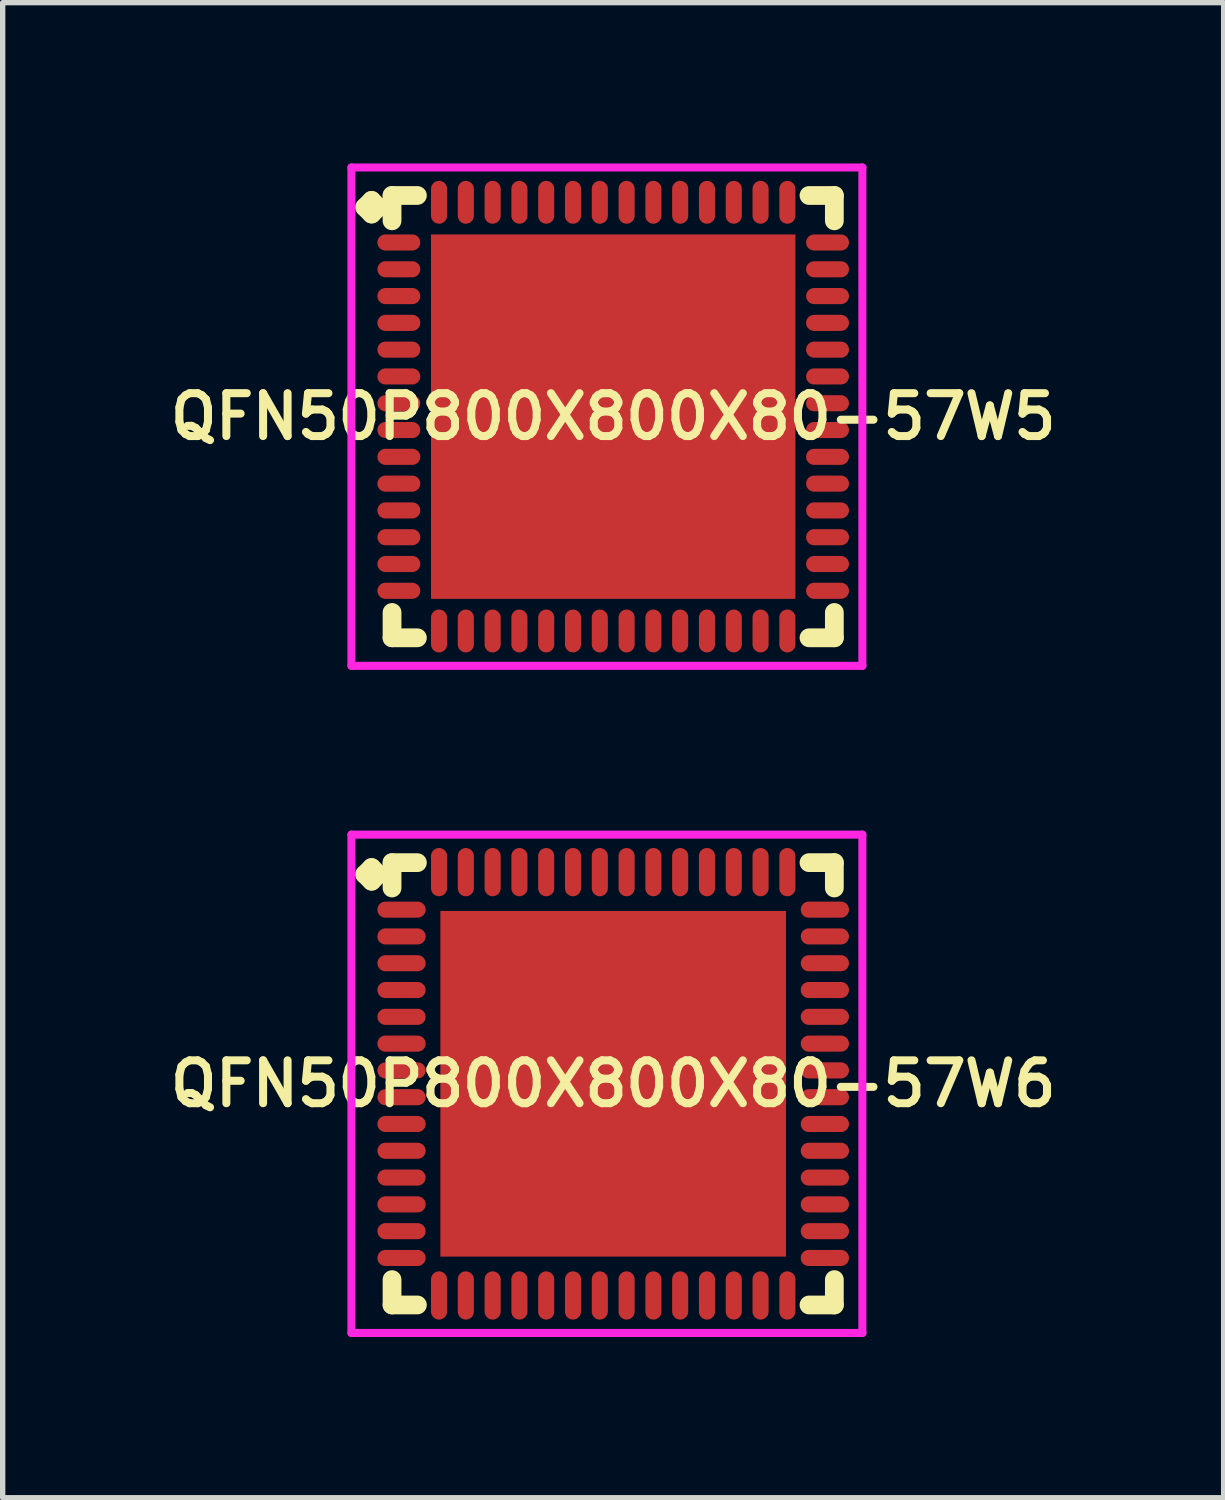
<source format=kicad_pcb>
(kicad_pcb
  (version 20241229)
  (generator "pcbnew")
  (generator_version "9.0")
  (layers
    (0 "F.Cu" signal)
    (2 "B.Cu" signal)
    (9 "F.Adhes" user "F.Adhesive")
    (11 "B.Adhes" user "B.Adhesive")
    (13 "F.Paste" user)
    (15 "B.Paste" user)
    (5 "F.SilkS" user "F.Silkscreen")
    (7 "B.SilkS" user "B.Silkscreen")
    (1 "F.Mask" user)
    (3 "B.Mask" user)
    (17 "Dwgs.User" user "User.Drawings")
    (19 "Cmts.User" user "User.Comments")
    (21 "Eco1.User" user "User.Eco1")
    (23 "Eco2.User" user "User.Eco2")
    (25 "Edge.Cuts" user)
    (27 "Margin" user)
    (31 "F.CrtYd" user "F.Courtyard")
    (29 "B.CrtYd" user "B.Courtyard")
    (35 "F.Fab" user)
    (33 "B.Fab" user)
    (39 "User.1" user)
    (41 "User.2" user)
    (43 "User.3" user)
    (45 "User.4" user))
  (footprint "QFN50P800X800X80-57W5"
    (layer "F.Cu")
    (at 8.393 4.725)
    (property "Reference" "QFN50P800X800X80-57W5" (at 0 0 0) (layer "F.SilkS") (effects (font (size 0.8 0.8) (thickness 0.15))))
    (attr smd)
    (fp_line (start -4.635 -3.908) (end -4.508 -4.035) (stroke (width 0.35) (type solid)) (layer "F.SilkS"))
    (fp_line (start -4.508 -4.035) (end -4.381 -3.908) (stroke (width 0.35) (type solid)) (layer "F.SilkS"))
    (fp_line (start -4.508 -3.781) (end -4.635 -3.908) (stroke (width 0.35) (type solid)) (layer "F.SilkS"))
    (fp_line (start -4.381 -3.908) (end -4.508 -3.781) (stroke (width 0.35) (type solid)) (layer "F.SilkS"))
    (fp_line (start -4.127 -4.127) (end -3.654 -4.127) (stroke (width 0.35) (type solid)) (layer "F.SilkS"))
    (fp_line (start -4.127 -3.654) (end -4.127 -4.127) (stroke (width 0.35) (type solid)) (layer "F.SilkS"))
    (fp_line (start -4.127 3.654) (end -4.127 4.127) (stroke (width 0.35) (type solid)) (layer "F.SilkS"))
    (fp_line (start -4.127 4.127) (end -3.654 4.127) (stroke (width 0.35) (type solid)) (layer "F.SilkS"))
    (fp_line (start 3.654 -4.127) (end 4.127 -4.127) (stroke (width 0.35) (type solid)) (layer "F.SilkS"))
    (fp_line (start 3.654 4.127) (end 4.127 4.127) (stroke (width 0.35) (type solid)) (layer "F.SilkS"))
    (fp_line (start 4.127 -4.127) (end 4.127 -3.654) (stroke (width 0.35) (type solid)) (layer "F.SilkS"))
    (fp_line (start 4.127 4.127) (end 4.127 3.654) (stroke (width 0.35) (type solid)) (layer "F.SilkS"))
    (fp_line (start -4.885 -4.65) (end 4.65 -4.65) (stroke (width 0.15) (type solid)) (layer "F.CrtYd"))
    (fp_line (start -4.885 4.65) (end -4.885 -4.65) (stroke (width 0.15) (type solid)) (layer "F.CrtYd"))
    (fp_line (start 4.65 -4.65) (end 4.65 4.65) (stroke (width 0.15) (type solid)) (layer "F.CrtYd"))
    (fp_line (start 4.65 4.65) (end -4.885 4.65) (stroke (width 0.15) (type solid)) (layer "F.CrtYd"))
    (pad "1" smd oval (at -4 -3.25) (size 0.8 0.3) (layers "F.Cu" "F.Mask" "F.Paste"))
    (pad "2" smd oval (at -4 -2.75) (size 0.8 0.3) (layers "F.Cu" "F.Mask" "F.Paste"))
    (pad "3" smd oval (at -4 -2.25) (size 0.8 0.3) (layers "F.Cu" "F.Mask" "F.Paste"))
    (pad "4" smd oval (at -4 -1.75) (size 0.8 0.3) (layers "F.Cu" "F.Mask" "F.Paste"))
    (pad "5" smd oval (at -4 -1.25) (size 0.8 0.3) (layers "F.Cu" "F.Mask" "F.Paste"))
    (pad "6" smd oval (at -4 -0.75) (size 0.8 0.3) (layers "F.Cu" "F.Mask" "F.Paste"))
    (pad "7" smd oval (at -4 -0.25) (size 0.8 0.3) (layers "F.Cu" "F.Mask" "F.Paste"))
    (pad "8" smd oval (at -4 0.25) (size 0.8 0.3) (layers "F.Cu" "F.Mask" "F.Paste"))
    (pad "9" smd oval (at -4 0.75) (size 0.8 0.3) (layers "F.Cu" "F.Mask" "F.Paste"))
    (pad "10" smd oval (at -4 1.25) (size 0.8 0.3) (layers "F.Cu" "F.Mask" "F.Paste"))
    (pad "11" smd oval (at -4 1.75) (size 0.8 0.3) (layers "F.Cu" "F.Mask" "F.Paste"))
    (pad "12" smd oval (at -4 2.25) (size 0.8 0.3) (layers "F.Cu" "F.Mask" "F.Paste"))
    (pad "13" smd oval (at -4 2.75) (size 0.8 0.3) (layers "F.Cu" "F.Mask" "F.Paste"))
    (pad "14" smd oval (at -4 3.25) (size 0.8 0.3) (layers "F.Cu" "F.Mask" "F.Paste"))
    (pad "15" smd oval (at -3.25 4) (size 0.3 0.8) (layers "F.Cu" "F.Mask" "F.Paste"))
    (pad "16" smd oval (at -2.75 4) (size 0.3 0.8) (layers "F.Cu" "F.Mask" "F.Paste"))
    (pad "17" smd oval (at -2.25 4) (size 0.3 0.8) (layers "F.Cu" "F.Mask" "F.Paste"))
    (pad "18" smd oval (at -1.75 4) (size 0.3 0.8) (layers "F.Cu" "F.Mask" "F.Paste"))
    (pad "19" smd oval (at -1.25 4) (size 0.3 0.8) (layers "F.Cu" "F.Mask" "F.Paste"))
    (pad "20" smd oval (at -0.75 4) (size 0.3 0.8) (layers "F.Cu" "F.Mask" "F.Paste"))
    (pad "21" smd oval (at -0.25 4) (size 0.3 0.8) (layers "F.Cu" "F.Mask" "F.Paste"))
    (pad "22" smd oval (at 0.25 4) (size 0.3 0.8) (layers "F.Cu" "F.Mask" "F.Paste"))
    (pad "23" smd oval (at 0.75 4) (size 0.3 0.8) (layers "F.Cu" "F.Mask" "F.Paste"))
    (pad "24" smd oval (at 1.25 4) (size 0.3 0.8) (layers "F.Cu" "F.Mask" "F.Paste"))
    (pad "25" smd oval (at 1.75 4) (size 0.3 0.8) (layers "F.Cu" "F.Mask" "F.Paste"))
    (pad "26" smd oval (at 2.25 4) (size 0.3 0.8) (layers "F.Cu" "F.Mask" "F.Paste"))
    (pad "27" smd oval (at 2.75 4) (size 0.3 0.8) (layers "F.Cu" "F.Mask" "F.Paste"))
    (pad "28" smd oval (at 3.25 4) (size 0.3 0.8) (layers "F.Cu" "F.Mask" "F.Paste"))
    (pad "29" smd oval (at 4 3.25) (size 0.8 0.3) (layers "F.Cu" "F.Mask" "F.Paste"))
    (pad "30" smd oval (at 4 2.75) (size 0.8 0.3) (layers "F.Cu" "F.Mask" "F.Paste"))
    (pad "31" smd oval (at 4 2.25) (size 0.8 0.3) (layers "F.Cu" "F.Mask" "F.Paste"))
    (pad "32" smd oval (at 4 1.75) (size 0.8 0.3) (layers "F.Cu" "F.Mask" "F.Paste"))
    (pad "33" smd oval (at 4 1.25) (size 0.8 0.3) (layers "F.Cu" "F.Mask" "F.Paste"))
    (pad "34" smd oval (at 4 0.75) (size 0.8 0.3) (layers "F.Cu" "F.Mask" "F.Paste"))
    (pad "35" smd oval (at 4 0.25) (size 0.8 0.3) (layers "F.Cu" "F.Mask" "F.Paste"))
    (pad "36" smd oval (at 4 -0.25) (size 0.8 0.3) (layers "F.Cu" "F.Mask" "F.Paste"))
    (pad "37" smd oval (at 4 -0.75) (size 0.8 0.3) (layers "F.Cu" "F.Mask" "F.Paste"))
    (pad "38" smd oval (at 4 -1.25) (size 0.8 0.3) (layers "F.Cu" "F.Mask" "F.Paste"))
    (pad "39" smd oval (at 4 -1.75) (size 0.8 0.3) (layers "F.Cu" "F.Mask" "F.Paste"))
    (pad "40" smd oval (at 4 -2.25) (size 0.8 0.3) (layers "F.Cu" "F.Mask" "F.Paste"))
    (pad "41" smd oval (at 4 -2.75) (size 0.8 0.3) (layers "F.Cu" "F.Mask" "F.Paste"))
    (pad "42" smd oval (at 4 -3.25) (size 0.8 0.3) (layers "F.Cu" "F.Mask" "F.Paste"))
    (pad "43" smd oval (at 3.25 -4) (size 0.3 0.8) (layers "F.Cu" "F.Mask" "F.Paste"))
    (pad "44" smd oval (at 2.75 -4) (size 0.3 0.8) (layers "F.Cu" "F.Mask" "F.Paste"))
    (pad "45" smd oval (at 2.25 -4) (size 0.3 0.8) (layers "F.Cu" "F.Mask" "F.Paste"))
    (pad "46" smd oval (at 1.75 -4) (size 0.3 0.8) (layers "F.Cu" "F.Mask" "F.Paste"))
    (pad "47" smd oval (at 1.25 -4) (size 0.3 0.8) (layers "F.Cu" "F.Mask" "F.Paste"))
    (pad "48" smd oval (at 0.75 -4) (size 0.3 0.8) (layers "F.Cu" "F.Mask" "F.Paste"))
    (pad "49" smd oval (at 0.25 -4) (size 0.3 0.8) (layers "F.Cu" "F.Mask" "F.Paste"))
    (pad "50" smd oval (at -0.25 -4) (size 0.3 0.8) (layers "F.Cu" "F.Mask" "F.Paste"))
    (pad "51" smd oval (at -0.75 -4) (size 0.3 0.8) (layers "F.Cu" "F.Mask" "F.Paste"))
    (pad "52" smd oval (at -1.25 -4) (size 0.3 0.8) (layers "F.Cu" "F.Mask" "F.Paste"))
    (pad "53" smd oval (at -1.75 -4) (size 0.3 0.8) (layers "F.Cu" "F.Mask" "F.Paste"))
    (pad "54" smd oval (at -2.25 -4) (size 0.3 0.8) (layers "F.Cu" "F.Mask" "F.Paste"))
    (pad "55" smd oval (at -2.75 -4) (size 0.3 0.8) (layers "F.Cu" "F.Mask" "F.Paste"))
    (pad "56" smd oval (at -3.25 -4) (size 0.3 0.8) (layers "F.Cu" "F.Mask" "F.Paste"))
    (pad "57" smd rect (at 0 0) (size 6.8 6.8) (layers "F.Cu" "F.Mask" "F.Paste")))
  (footprint "QFN50P800X800X80-57W6"
    (layer "F.Cu")
    (at 8.393 17.175)
    (property "Reference" "QFN50P800X800X80-57W6" (at 0 0 0) (layer "F.SilkS") (effects (font (size 0.8 0.8) (thickness 0.15))))
    (attr smd)
    (fp_line (start -4.635 -3.908) (end -4.508 -4.035) (stroke (width 0.35) (type solid)) (layer "F.SilkS"))
    (fp_line (start -4.508 -4.035) (end -4.381 -3.908) (stroke (width 0.35) (type solid)) (layer "F.SilkS"))
    (fp_line (start -4.508 -3.781) (end -4.635 -3.908) (stroke (width 0.35) (type solid)) (layer "F.SilkS"))
    (fp_line (start -4.381 -3.908) (end -4.508 -3.781) (stroke (width 0.35) (type solid)) (layer "F.SilkS"))
    (fp_line (start -4.127 -4.127) (end -3.654 -4.127) (stroke (width 0.35) (type solid)) (layer "F.SilkS"))
    (fp_line (start -4.127 -3.654) (end -4.127 -4.127) (stroke (width 0.35) (type solid)) (layer "F.SilkS"))
    (fp_line (start -4.127 3.654) (end -4.127 4.127) (stroke (width 0.35) (type solid)) (layer "F.SilkS"))
    (fp_line (start -4.127 4.127) (end -3.654 4.127) (stroke (width 0.35) (type solid)) (layer "F.SilkS"))
    (fp_line (start 3.654 -4.127) (end 4.127 -4.127) (stroke (width 0.35) (type solid)) (layer "F.SilkS"))
    (fp_line (start 3.654 4.127) (end 4.127 4.127) (stroke (width 0.35) (type solid)) (layer "F.SilkS"))
    (fp_line (start 4.127 -4.127) (end 4.127 -3.654) (stroke (width 0.35) (type solid)) (layer "F.SilkS"))
    (fp_line (start 4.127 4.127) (end 4.127 3.654) (stroke (width 0.35) (type solid)) (layer "F.SilkS"))
    (fp_line (start -4.885 -4.65) (end 4.65 -4.65) (stroke (width 0.15) (type solid)) (layer "F.CrtYd"))
    (fp_line (start -4.885 4.65) (end -4.885 -4.65) (stroke (width 0.15) (type solid)) (layer "F.CrtYd"))
    (fp_line (start 4.65 -4.65) (end 4.65 4.65) (stroke (width 0.15) (type solid)) (layer "F.CrtYd"))
    (fp_line (start 4.65 4.65) (end -4.885 4.65) (stroke (width 0.15) (type solid)) (layer "F.CrtYd"))
    (pad "1" smd oval (at -3.95 -3.25) (size 0.9 0.3) (layers "F.Cu" "F.Mask" "F.Paste"))
    (pad "2" smd oval (at -3.95 -2.75) (size 0.9 0.3) (layers "F.Cu" "F.Mask" "F.Paste"))
    (pad "3" smd oval (at -3.95 -2.25) (size 0.9 0.3) (layers "F.Cu" "F.Mask" "F.Paste"))
    (pad "4" smd oval (at -3.95 -1.75) (size 0.9 0.3) (layers "F.Cu" "F.Mask" "F.Paste"))
    (pad "5" smd oval (at -3.95 -1.25) (size 0.9 0.3) (layers "F.Cu" "F.Mask" "F.Paste"))
    (pad "6" smd oval (at -3.95 -0.75) (size 0.9 0.3) (layers "F.Cu" "F.Mask" "F.Paste"))
    (pad "7" smd oval (at -3.95 -0.25) (size 0.9 0.3) (layers "F.Cu" "F.Mask" "F.Paste"))
    (pad "8" smd oval (at -3.95 0.25) (size 0.9 0.3) (layers "F.Cu" "F.Mask" "F.Paste"))
    (pad "9" smd oval (at -3.95 0.75) (size 0.9 0.3) (layers "F.Cu" "F.Mask" "F.Paste"))
    (pad "10" smd oval (at -3.95 1.25) (size 0.9 0.3) (layers "F.Cu" "F.Mask" "F.Paste"))
    (pad "11" smd oval (at -3.95 1.75) (size 0.9 0.3) (layers "F.Cu" "F.Mask" "F.Paste"))
    (pad "12" smd oval (at -3.95 2.25) (size 0.9 0.3) (layers "F.Cu" "F.Mask" "F.Paste"))
    (pad "13" smd oval (at -3.95 2.75) (size 0.9 0.3) (layers "F.Cu" "F.Mask" "F.Paste"))
    (pad "14" smd oval (at -3.95 3.25) (size 0.9 0.3) (layers "F.Cu" "F.Mask" "F.Paste"))
    (pad "15" smd oval (at -3.25 3.95) (size 0.3 0.9) (layers "F.Cu" "F.Mask" "F.Paste"))
    (pad "16" smd oval (at -2.75 3.95) (size 0.3 0.9) (layers "F.Cu" "F.Mask" "F.Paste"))
    (pad "17" smd oval (at -2.25 3.95) (size 0.3 0.9) (layers "F.Cu" "F.Mask" "F.Paste"))
    (pad "18" smd oval (at -1.75 3.95) (size 0.3 0.9) (layers "F.Cu" "F.Mask" "F.Paste"))
    (pad "19" smd oval (at -1.25 3.95) (size 0.3 0.9) (layers "F.Cu" "F.Mask" "F.Paste"))
    (pad "20" smd oval (at -0.75 3.95) (size 0.3 0.9) (layers "F.Cu" "F.Mask" "F.Paste"))
    (pad "21" smd oval (at -0.25 3.95) (size 0.3 0.9) (layers "F.Cu" "F.Mask" "F.Paste"))
    (pad "22" smd oval (at 0.25 3.95) (size 0.3 0.9) (layers "F.Cu" "F.Mask" "F.Paste"))
    (pad "23" smd oval (at 0.75 3.95) (size 0.3 0.9) (layers "F.Cu" "F.Mask" "F.Paste"))
    (pad "24" smd oval (at 1.25 3.95) (size 0.3 0.9) (layers "F.Cu" "F.Mask" "F.Paste"))
    (pad "25" smd oval (at 1.75 3.95) (size 0.3 0.9) (layers "F.Cu" "F.Mask" "F.Paste"))
    (pad "26" smd oval (at 2.25 3.95) (size 0.3 0.9) (layers "F.Cu" "F.Mask" "F.Paste"))
    (pad "27" smd oval (at 2.75 3.95) (size 0.3 0.9) (layers "F.Cu" "F.Mask" "F.Paste"))
    (pad "28" smd oval (at 3.25 3.95) (size 0.3 0.9) (layers "F.Cu" "F.Mask" "F.Paste"))
    (pad "29" smd oval (at 3.95 3.25) (size 0.9 0.3) (layers "F.Cu" "F.Mask" "F.Paste"))
    (pad "30" smd oval (at 3.95 2.75) (size 0.9 0.3) (layers "F.Cu" "F.Mask" "F.Paste"))
    (pad "31" smd oval (at 3.95 2.25) (size 0.9 0.3) (layers "F.Cu" "F.Mask" "F.Paste"))
    (pad "32" smd oval (at 3.95 1.75) (size 0.9 0.3) (layers "F.Cu" "F.Mask" "F.Paste"))
    (pad "33" smd oval (at 3.95 1.25) (size 0.9 0.3) (layers "F.Cu" "F.Mask" "F.Paste"))
    (pad "34" smd oval (at 3.95 0.75) (size 0.9 0.3) (layers "F.Cu" "F.Mask" "F.Paste"))
    (pad "35" smd oval (at 3.95 0.25) (size 0.9 0.3) (layers "F.Cu" "F.Mask" "F.Paste"))
    (pad "36" smd oval (at 3.95 -0.25) (size 0.9 0.3) (layers "F.Cu" "F.Mask" "F.Paste"))
    (pad "37" smd oval (at 3.95 -0.75) (size 0.9 0.3) (layers "F.Cu" "F.Mask" "F.Paste"))
    (pad "38" smd oval (at 3.95 -1.25) (size 0.9 0.3) (layers "F.Cu" "F.Mask" "F.Paste"))
    (pad "39" smd oval (at 3.95 -1.75) (size 0.9 0.3) (layers "F.Cu" "F.Mask" "F.Paste"))
    (pad "40" smd oval (at 3.95 -2.25) (size 0.9 0.3) (layers "F.Cu" "F.Mask" "F.Paste"))
    (pad "41" smd oval (at 3.95 -2.75) (size 0.9 0.3) (layers "F.Cu" "F.Mask" "F.Paste"))
    (pad "42" smd oval (at 3.95 -3.25) (size 0.9 0.3) (layers "F.Cu" "F.Mask" "F.Paste"))
    (pad "43" smd oval (at 3.25 -3.95) (size 0.3 0.9) (layers "F.Cu" "F.Mask" "F.Paste"))
    (pad "44" smd oval (at 2.75 -3.95) (size 0.3 0.9) (layers "F.Cu" "F.Mask" "F.Paste"))
    (pad "45" smd oval (at 2.25 -3.95) (size 0.3 0.9) (layers "F.Cu" "F.Mask" "F.Paste"))
    (pad "46" smd oval (at 1.75 -3.95) (size 0.3 0.9) (layers "F.Cu" "F.Mask" "F.Paste"))
    (pad "47" smd oval (at 1.25 -3.95) (size 0.3 0.9) (layers "F.Cu" "F.Mask" "F.Paste"))
    (pad "48" smd oval (at 0.75 -3.95) (size 0.3 0.9) (layers "F.Cu" "F.Mask" "F.Paste"))
    (pad "49" smd oval (at 0.25 -3.95) (size 0.3 0.9) (layers "F.Cu" "F.Mask" "F.Paste"))
    (pad "50" smd oval (at -0.25 -3.95) (size 0.3 0.9) (layers "F.Cu" "F.Mask" "F.Paste"))
    (pad "51" smd oval (at -0.75 -3.95) (size 0.3 0.9) (layers "F.Cu" "F.Mask" "F.Paste"))
    (pad "52" smd oval (at -1.25 -3.95) (size 0.3 0.9) (layers "F.Cu" "F.Mask" "F.Paste"))
    (pad "53" smd oval (at -1.75 -3.95) (size 0.3 0.9) (layers "F.Cu" "F.Mask" "F.Paste"))
    (pad "54" smd oval (at -2.25 -3.95) (size 0.3 0.9) (layers "F.Cu" "F.Mask" "F.Paste"))
    (pad "55" smd oval (at -2.75 -3.95) (size 0.3 0.9) (layers "F.Cu" "F.Mask" "F.Paste"))
    (pad "56" smd oval (at -3.25 -3.95) (size 0.3 0.9) (layers "F.Cu" "F.Mask" "F.Paste"))
    (pad "57" smd rect (at 0 0) (size 6.45 6.45) (layers "F.Cu" "F.Mask" "F.Paste")))
  (gr_rect
    (start -3 -3)
    (end 19.785 24.9)
    (stroke (width 0.1) (type default))
    (fill no)
    (layer "Edge.Cuts")))
</source>
